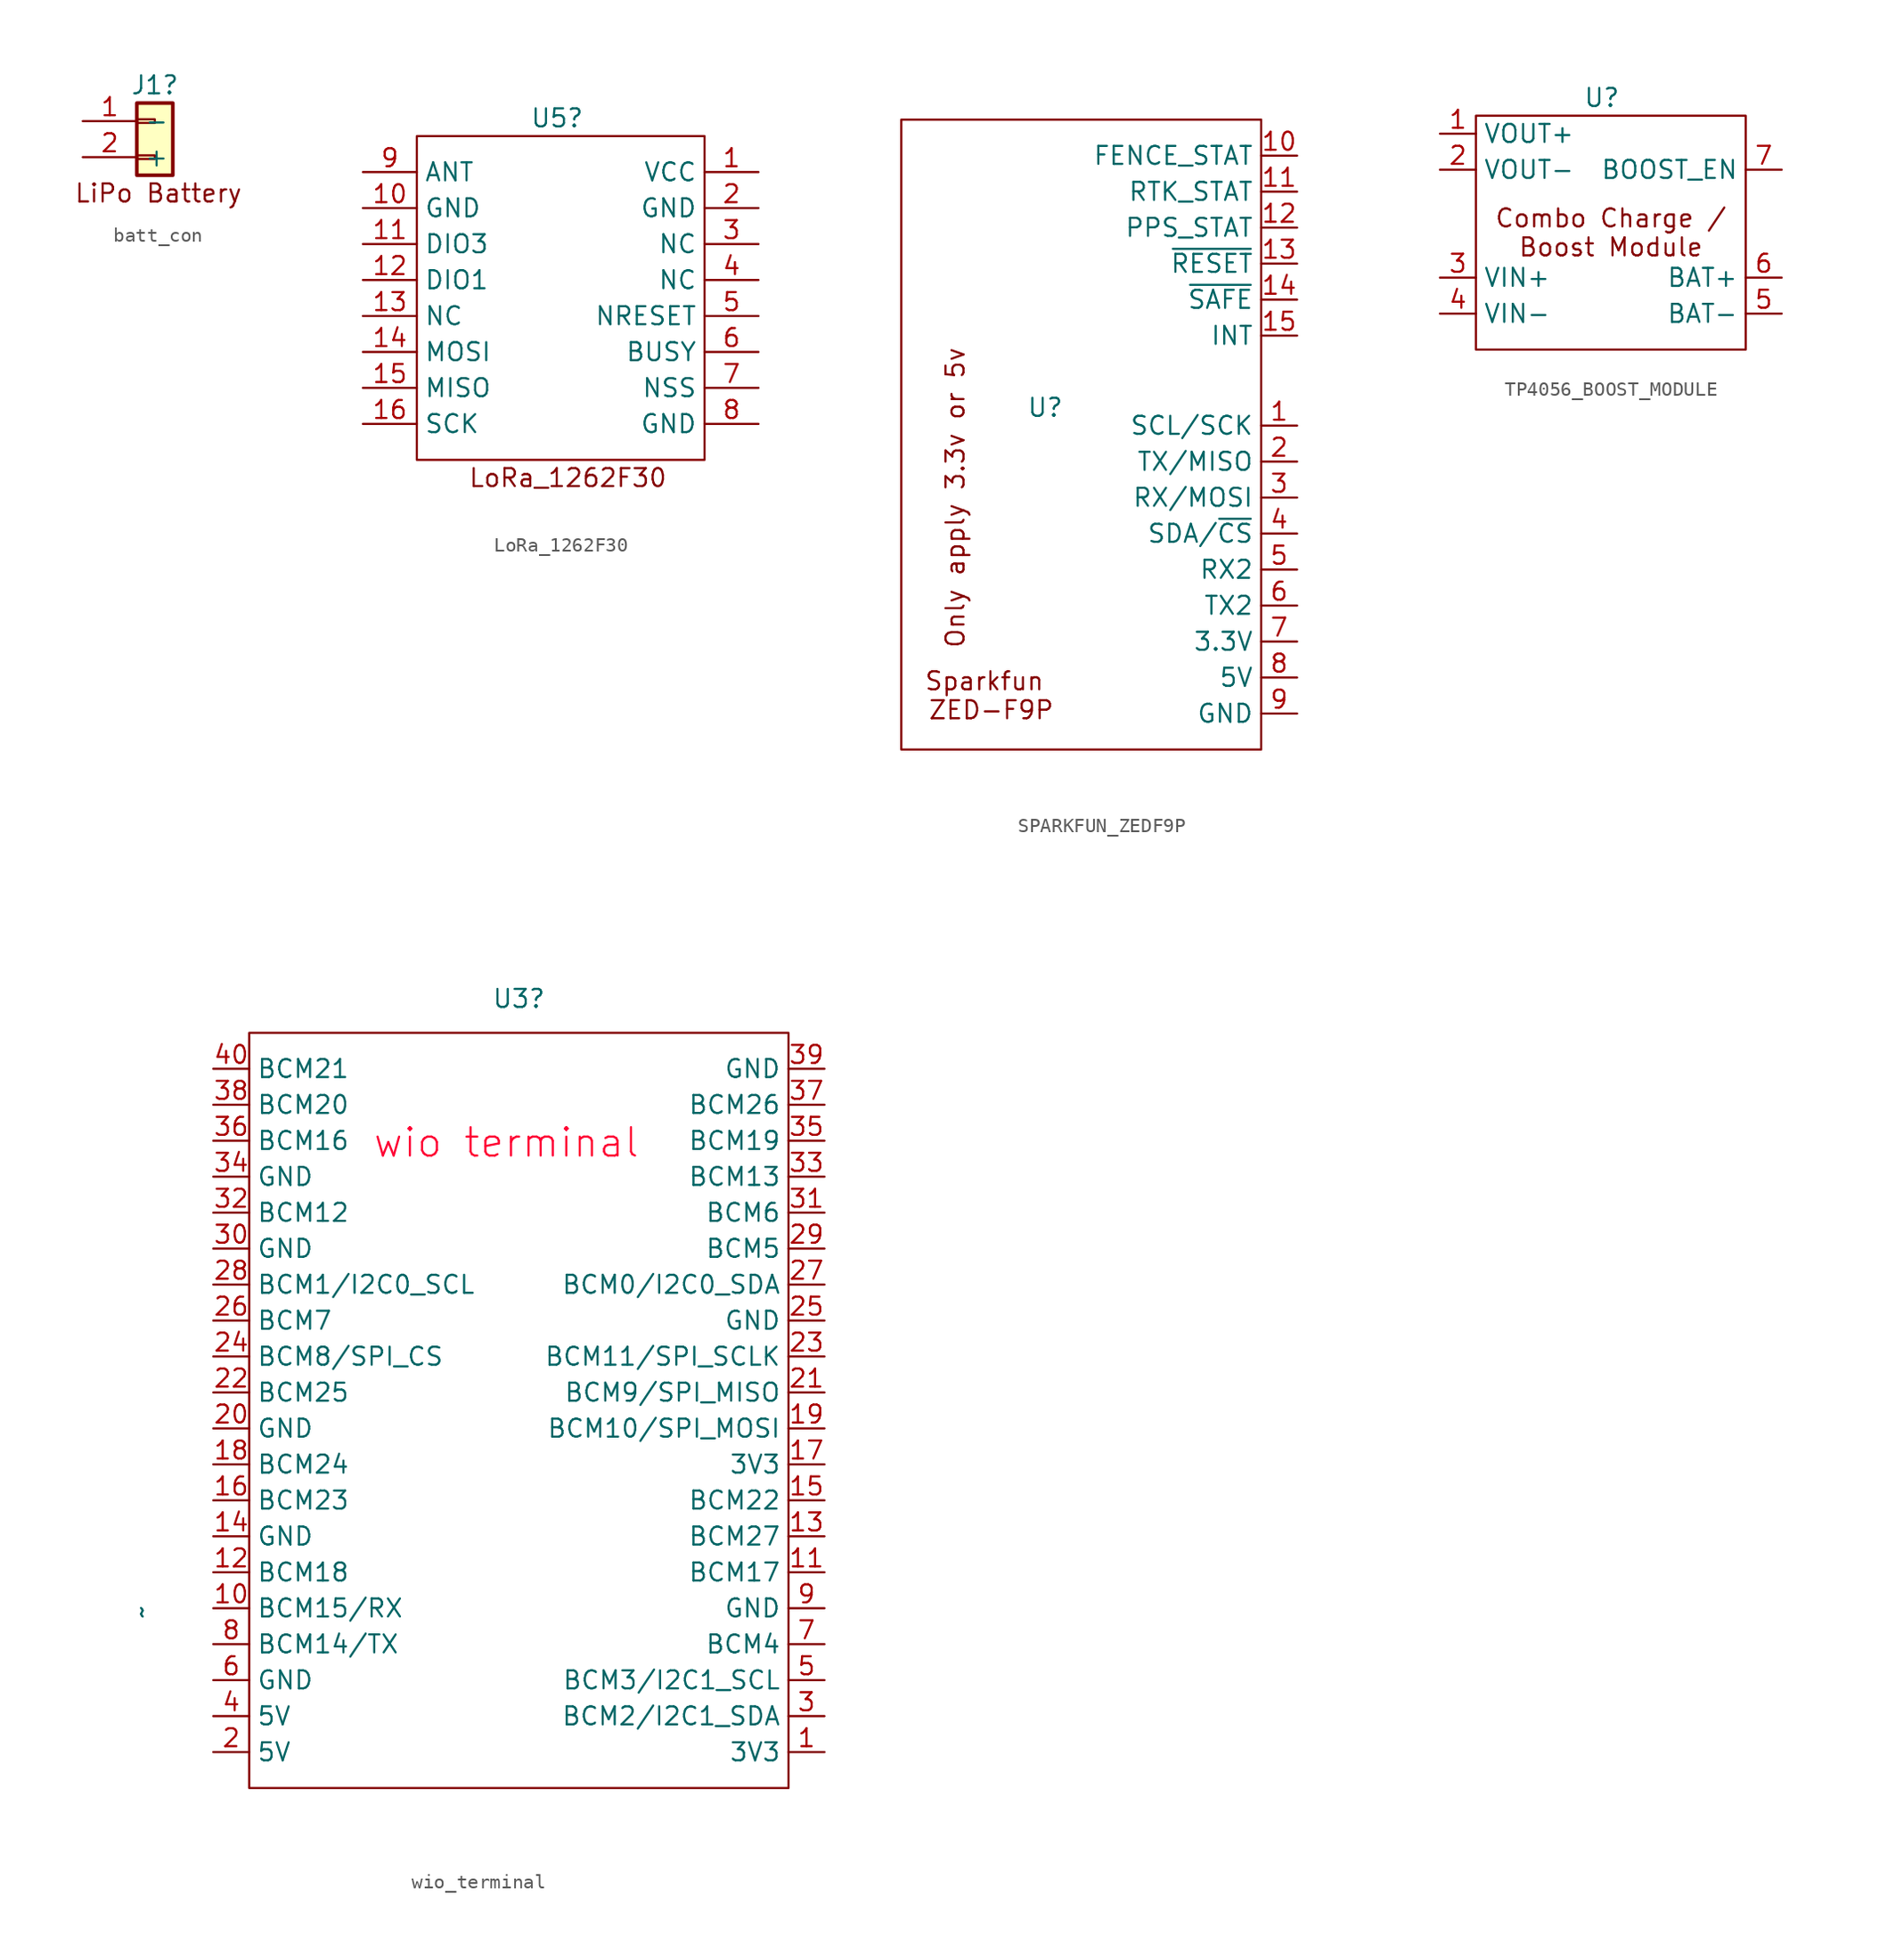
<source format=kicad_sym>
(kicad_symbol_lib
  (version 20220914)
  (generator kicad_symbol_editor)
  (symbol "batt_con"
    (property "Reference" "J1"
      (at 0 -0.762 0)
      (effects (font (size 1.27 1.27))))
    (property "Value" ""
      (at 0 0 0)
      (effects (font (size 1.27 1.27))))
    (symbol "batt_con_1_1"
      (rectangle (start -1.27 -5.715) (end 0 -5.969) (stroke (width 0.152) (type default)) (fill (type none)))
      (rectangle (start -1.27 -3.175) (end 0 -3.429) (stroke (width 0.152) (type default)) (fill (type none)))
      (rectangle (start -1.27 -2.032) (end 1.27 -7.112) (stroke (width 0.254) (type default)) (fill (type background)))
      (text "LiPo Battery" (at 0.254 -8.382 0) (effects (font (size 1.27 1.27))))
      (pin passive line (at -5.08 -3.302 0) (length 3.81) (name "-" (effects (font (size 1.27 1.27)))) (number "1" (effects (font (size 1.27 1.27)))))
      (pin passive line (at -5.08 -5.842 0) (length 3.81) (name "+" (effects (font (size 1.27 1.27)))) (number "2" (effects (font (size 1.27 1.27)))))))
  (symbol "LoRa_1262F30"
    (property "Reference" "U5"
      (at -2.794 -1.27 0)
      (effects (font (size 1.27 1.27))))
    (property "Value" ""
      (at 0 0 0)
      (effects (font (size 1.27 1.27))))
    (symbol "LoRa_1262F30_0_1"
      (rectangle (start -12.7 -2.54) (end 7.62 -25.4) (stroke (width 0) (type default)) (fill (type none))))
    (symbol "LoRa_1262F30_1_1"
      (text "LoRa_1262F30" (at -2.032 -26.67 0) (effects (font (size 1.27 1.27))))
      (pin passive line (at 11.43 -5.08 180) (length 3.81) (name "VCC" (effects (font (size 1.27 1.27)))) (number "1" (effects (font (size 1.27 1.27)))))
      (pin passive line (at -16.51 -7.62 0) (length 3.81) (name "GND" (effects (font (size 1.27 1.27)))) (number "10" (effects (font (size 1.27 1.27)))))
      (pin passive line (at -16.51 -10.16 0) (length 3.81) (name "DIO3" (effects (font (size 1.27 1.27)))) (number "11" (effects (font (size 1.27 1.27)))))
      (pin passive line (at -16.51 -12.7 0) (length 3.81) (name "DIO1" (effects (font (size 1.27 1.27)))) (number "12" (effects (font (size 1.27 1.27)))))
      (pin passive line (at -16.51 -15.24 0) (length 3.81) (name "NC" (effects (font (size 1.27 1.27)))) (number "13" (effects (font (size 1.27 1.27)))))
      (pin passive line (at -16.51 -17.78 0) (length 3.81) (name "MOSI" (effects (font (size 1.27 1.27)))) (number "14" (effects (font (size 1.27 1.27)))))
      (pin passive line (at -16.51 -20.32 0) (length 3.81) (name "MISO" (effects (font (size 1.27 1.27)))) (number "15" (effects (font (size 1.27 1.27)))))
      (pin passive line (at -16.51 -22.86 0) (length 3.81) (name "SCK" (effects (font (size 1.27 1.27)))) (number "16" (effects (font (size 1.27 1.27)))))
      (pin passive line (at 11.43 -7.62 180) (length 3.81) (name "GND" (effects (font (size 1.27 1.27)))) (number "2" (effects (font (size 1.27 1.27)))))
      (pin passive line (at 11.43 -10.16 180) (length 3.81) (name "NC" (effects (font (size 1.27 1.27)))) (number "3" (effects (font (size 1.27 1.27)))))
      (pin passive line (at 11.43 -12.7 180) (length 3.81) (name "NC" (effects (font (size 1.27 1.27)))) (number "4" (effects (font (size 1.27 1.27)))))
      (pin passive line (at 11.43 -15.24 180) (length 3.81) (name "NRESET" (effects (font (size 1.27 1.27)))) (number "5" (effects (font (size 1.27 1.27)))))
      (pin passive line (at 11.43 -17.78 180) (length 3.81) (name "BUSY" (effects (font (size 1.27 1.27)))) (number "6" (effects (font (size 1.27 1.27)))))
      (pin passive line (at 11.43 -20.32 180) (length 3.81) (name "NSS" (effects (font (size 1.27 1.27)))) (number "7" (effects (font (size 1.27 1.27)))))
      (pin passive line (at 11.43 -22.86 180) (length 3.81) (name "GND" (effects (font (size 1.27 1.27)))) (number "8" (effects (font (size 1.27 1.27)))))
      (pin passive line (at -16.51 -5.08 0) (length 3.81) (name "ANT" (effects (font (size 1.27 1.27)))) (number "9" (effects (font (size 1.27 1.27)))))))
  (symbol "SPARKFUN_ZEDF9P"
    (property "Reference" "U"
      (at 0 0 0)
      (effects (font (size 1.27 1.27))))
    (property "Value" ""
      (at 0 0 0)
      (effects (font (size 1.27 1.27))))
    (symbol "SPARKFUN_ZEDF9P_0_1"
      (rectangle (start -10.16 20.32) (end 15.24 -24.13) (stroke (width 0) (type default)) (fill (type none))))
    (symbol "SPARKFUN_ZEDF9P_1_1"
      (text "Only apply 3.3v or 5v" (at -6.35 -6.35 900) (effects (font (size 1.27 1.27))))
      (text "Sparkfun \nZED-F9P" (at -3.81 -20.32 0) (effects (font (size 1.27 1.27))))
      (pin input line (at 17.78 -1.27 180) (length 2.54) (name "SCL/SCK" (effects (font (size 1.27 1.27)))) (number "1" (effects (font (size 1.27 1.27)))))
      (pin input line (at 17.78 17.78 180) (length 2.54) (name "FENCE_STAT" (effects (font (size 1.27 1.27)))) (number "10" (effects (font (size 1.27 1.27)))))
      (pin input line (at 17.78 15.24 180) (length 2.54) (name "RTK_STAT" (effects (font (size 1.27 1.27)))) (number "11" (effects (font (size 1.27 1.27)))))
      (pin input line (at 17.78 12.7 180) (length 2.54) (name "PPS_STAT" (effects (font (size 1.27 1.27)))) (number "12" (effects (font (size 1.27 1.27)))))
      (pin input line (at 17.78 10.16 180) (length 2.54) (name "~{RESET}" (effects (font (size 1.27 1.27)))) (number "13" (effects (font (size 1.27 1.27)))))
      (pin input line (at 17.78 7.62 180) (length 2.54) (name "~{SAFE}" (effects (font (size 1.27 1.27)))) (number "14" (effects (font (size 1.27 1.27)))))
      (pin input line (at 17.78 5.08 180) (length 2.54) (name "INT" (effects (font (size 1.27 1.27)))) (number "15" (effects (font (size 1.27 1.27)))))
      (pin input line (at 17.78 -3.81 180) (length 2.54) (name "TX/MISO" (effects (font (size 1.27 1.27)))) (number "2" (effects (font (size 1.27 1.27)))))
      (pin input line (at 17.78 -6.35 180) (length 2.54) (name "RX/MOSI" (effects (font (size 1.27 1.27)))) (number "3" (effects (font (size 1.27 1.27)))))
      (pin input line (at 17.78 -8.89 180) (length 2.54) (name "SDA/~{CS}" (effects (font (size 1.27 1.27)))) (number "4" (effects (font (size 1.27 1.27)))))
      (pin input line (at 17.78 -11.43 180) (length 2.54) (name "RX2" (effects (font (size 1.27 1.27)))) (number "5" (effects (font (size 1.27 1.27)))))
      (pin input line (at 17.78 -13.97 180) (length 2.54) (name "TX2" (effects (font (size 1.27 1.27)))) (number "6" (effects (font (size 1.27 1.27)))))
      (pin input line (at 17.78 -16.51 180) (length 2.54) (name "3.3V" (effects (font (size 1.27 1.27)))) (number "7" (effects (font (size 1.27 1.27)))))
      (pin input line (at 17.78 -19.05 180) (length 2.54) (name "5V" (effects (font (size 1.27 1.27)))) (number "8" (effects (font (size 1.27 1.27)))))
      (pin input line (at 17.78 -21.59 180) (length 2.54) (name "GND" (effects (font (size 1.27 1.27)))) (number "9" (effects (font (size 1.27 1.27)))))))
  (symbol "TP4056_BOOST_MODULE"
    (property "Reference" "U"
      (at 0 10.16 0)
      (effects (font (size 1.27 1.27))))
    (property "Value" ""
      (at -3.81 -5.08 0)
      (effects (font (size 1.27 1.27))))
    (symbol "TP4056_BOOST_MODULE_0_0"
      (text_box "Combo Charge / Boost Module" (at -8.89 8.89 0) (size 19.05 -16.51) (stroke (width 0) (type default)) (fill (type none)) (effects (font (size 1.27 1.27)))))
    (symbol "TP4056_BOOST_MODULE_1_1"
      (pin input line (at -11.43 7.62 0) (length 2.54) (name "VOUT+" (effects (font (size 1.27 1.27)))) (number "1" (effects (font (size 1.27 1.27)))))
      (pin input line (at -11.43 5.08 0) (length 2.54) (name "VOUT-" (effects (font (size 1.27 1.27)))) (number "2" (effects (font (size 1.27 1.27)))))
      (pin input line (at -11.43 -2.54 0) (length 2.54) (name "VIN+" (effects (font (size 1.27 1.27)))) (number "3" (effects (font (size 1.27 1.27)))))
      (pin input line (at -11.43 -5.08 0) (length 2.54) (name "VIN-" (effects (font (size 1.27 1.27)))) (number "4" (effects (font (size 1.27 1.27)))))
      (pin input line (at 12.7 -5.08 180) (length 2.54) (name "BAT-" (effects (font (size 1.27 1.27)))) (number "5" (effects (font (size 1.27 1.27)))))
      (pin input line (at 12.7 -2.54 180) (length 2.54) (name "BAT+" (effects (font (size 1.27 1.27)))) (number "6" (effects (font (size 1.27 1.27)))))
      (pin input line (at 12.7 5.08 180) (length 2.54) (name "BOOST_EN" (effects (font (size 1.27 1.27)))) (number "7" (effects (font (size 1.27 1.27)))))))
  (symbol "wio_terminal"
    (property "Reference" "U3"
      (at 16.637 7.62 0)
      (effects (font (size 1.27 1.27))))
    (property "Value" "~"
      (at -10.033 -35.687 90)
      (effects (font (size 1.27 1.27))))
    (symbol "wio_terminal_0_1"
      (rectangle (start -2.413 -48.133) (end 35.687 5.207) (stroke (width 0) (type default)) (fill (type none))))
    (symbol "wio_terminal_1_1"
      (text "wio terminal " (at 16.51 -2.54 0) (effects (font (size 2 2) (color 255 0 50 1))))
      (pin power_out line (at 38.227 -45.593 180) (length 2.54) (name "3V3" (effects (font (size 1.27 1.27)))) (number "1" (effects (font (size 1.27 1.27)))))
      (pin input line (at -4.953 -35.433 0) (length 2.54) (name "BCM15/RX" (effects (font (size 1.27 1.27)))) (number "10" (effects (font (size 1.27 1.27)))))
      (pin bidirectional line (at 38.227 -32.893 180) (length 2.54) (name "BCM17" (effects (font (size 1.27 1.27)))) (number "11" (effects (font (size 1.27 1.27)))))
      (pin bidirectional line (at -4.953 -32.893 0) (length 2.54) (name "BCM18" (effects (font (size 1.27 1.27)))) (number "12" (effects (font (size 1.27 1.27)))))
      (pin bidirectional line (at 38.227 -30.353 180) (length 2.54) (name "BCM27" (effects (font (size 1.27 1.27)))) (number "13" (effects (font (size 1.27 1.27)))))
      (pin power_out line (at -4.953 -30.353 0) (length 2.54) (name "GND" (effects (font (size 1.27 1.27)))) (number "14" (effects (font (size 1.27 1.27)))))
      (pin bidirectional line (at 38.227 -27.813 180) (length 2.54) (name "BCM22" (effects (font (size 1.27 1.27)))) (number "15" (effects (font (size 1.27 1.27)))))
      (pin bidirectional line (at -4.953 -27.813 0) (length 2.54) (name "BCM23" (effects (font (size 1.27 1.27)))) (number "16" (effects (font (size 1.27 1.27)))))
      (pin power_out line (at 38.227 -25.273 180) (length 2.54) (name "3V3" (effects (font (size 1.27 1.27)))) (number "17" (effects (font (size 1.27 1.27)))))
      (pin bidirectional line (at -4.953 -25.273 0) (length 2.54) (name "BCM24" (effects (font (size 1.27 1.27)))) (number "18" (effects (font (size 1.27 1.27)))))
      (pin bidirectional line (at 38.227 -22.733 180) (length 2.54) (name "BCM10/SPI_MOSI" (effects (font (size 1.27 1.27)))) (number "19" (effects (font (size 1.27 1.27)))))
      (pin power_out line (at -4.953 -45.593 0) (length 2.54) (name "5V" (effects (font (size 1.27 1.27)))) (number "2" (effects (font (size 1.27 1.27)))))
      (pin power_out line (at -4.953 -22.733 0) (length 2.54) (name "GND" (effects (font (size 1.27 1.27)))) (number "20" (effects (font (size 1.27 1.27)))))
      (pin bidirectional line (at 38.227 -20.193 180) (length 2.54) (name "BCM9/SPI_MISO" (effects (font (size 1.27 1.27)))) (number "21" (effects (font (size 1.27 1.27)))))
      (pin bidirectional line (at -4.953 -20.193 0) (length 2.54) (name "BCM25" (effects (font (size 1.27 1.27)))) (number "22" (effects (font (size 1.27 1.27)))))
      (pin bidirectional line (at 38.227 -17.653 180) (length 2.54) (name "BCM11/SPI_SCLK" (effects (font (size 1.27 1.27)))) (number "23" (effects (font (size 1.27 1.27)))))
      (pin bidirectional line (at -4.953 -17.653 0) (length 2.54) (name "BCM8/SPI_CS" (effects (font (size 1.27 1.27)))) (number "24" (effects (font (size 1.27 1.27)))))
      (pin power_out line (at 38.227 -15.113 180) (length 2.54) (name "GND" (effects (font (size 1.27 1.27)))) (number "25" (effects (font (size 1.27 1.27)))))
      (pin bidirectional line (at -4.953 -15.113 0) (length 2.54) (name "BCM7" (effects (font (size 1.27 1.27)))) (number "26" (effects (font (size 1.27 1.27)))))
      (pin bidirectional line (at 38.227 -12.573 180) (length 2.54) (name "BCM0/I2C0_SDA" (effects (font (size 1.27 1.27)))) (number "27" (effects (font (size 1.27 1.27)))))
      (pin bidirectional line (at -4.953 -12.573 0) (length 2.54) (name "BCM1/I2C0_SCL" (effects (font (size 1.27 1.27)))) (number "28" (effects (font (size 1.27 1.27)))))
      (pin bidirectional line (at 38.227 -10.033 180) (length 2.54) (name "BCM5" (effects (font (size 1.27 1.27)))) (number "29" (effects (font (size 1.27 1.27)))))
      (pin bidirectional line (at 38.227 -43.053 180) (length 2.54) (name "BCM2/I2C1_SDA" (effects (font (size 1.27 1.27)))) (number "3" (effects (font (size 1.27 1.27)))))
      (pin power_out line (at -4.953 -10.033 0) (length 2.54) (name "GND" (effects (font (size 1.27 1.27)))) (number "30" (effects (font (size 1.27 1.27)))))
      (pin bidirectional line (at 38.227 -7.493 180) (length 2.54) (name "BCM6" (effects (font (size 1.27 1.27)))) (number "31" (effects (font (size 1.27 1.27)))))
      (pin bidirectional line (at -4.953 -7.493 0) (length 2.54) (name "BCM12" (effects (font (size 1.27 1.27)))) (number "32" (effects (font (size 1.27 1.27)))))
      (pin bidirectional line (at 38.227 -4.953 180) (length 2.54) (name "BCM13" (effects (font (size 1.27 1.27)))) (number "33" (effects (font (size 1.27 1.27)))))
      (pin power_out line (at -4.953 -4.953 0) (length 2.54) (name "GND" (effects (font (size 1.27 1.27)))) (number "34" (effects (font (size 1.27 1.27)))))
      (pin bidirectional line (at 38.227 -2.413 180) (length 2.54) (name "BCM19" (effects (font (size 1.27 1.27)))) (number "35" (effects (font (size 1.27 1.27)))))
      (pin bidirectional line (at -4.953 -2.413 0) (length 2.54) (name "BCM16" (effects (font (size 1.27 1.27)))) (number "36" (effects (font (size 1.27 1.27)))))
      (pin bidirectional line (at 38.227 0.127 180) (length 2.54) (name "BCM26" (effects (font (size 1.27 1.27)))) (number "37" (effects (font (size 1.27 1.27)))))
      (pin bidirectional line (at -4.953 0.127 0) (length 2.54) (name "BCM20" (effects (font (size 1.27 1.27)))) (number "38" (effects (font (size 1.27 1.27)))))
      (pin power_out line (at 38.227 2.667 180) (length 2.54) (name "GND" (effects (font (size 1.27 1.27)))) (number "39" (effects (font (size 1.27 1.27)))))
      (pin power_out line (at -4.953 -43.053 0) (length 2.54) (name "5V" (effects (font (size 1.27 1.27)))) (number "4" (effects (font (size 1.27 1.27)))))
      (pin bidirectional line (at -4.953 2.667 0) (length 2.54) (name "BCM21" (effects (font (size 1.27 1.27)))) (number "40" (effects (font (size 1.27 1.27)))))
      (pin bidirectional line (at 38.227 -40.513 180) (length 2.54) (name "BCM3/I2C1_SCL" (effects (font (size 1.27 1.27)))) (number "5" (effects (font (size 1.27 1.27)))))
      (pin power_out line (at -4.953 -40.513 0) (length 2.54) (name "GND" (effects (font (size 1.27 1.27)))) (number "6" (effects (font (size 1.27 1.27)))))
      (pin bidirectional line (at 38.227 -37.973 180) (length 2.54) (name "BCM4" (effects (font (size 1.27 1.27)))) (number "7" (effects (font (size 1.27 1.27)))))
      (pin output line (at -4.953 -37.973 0) (length 2.54) (name "BCM14/TX" (effects (font (size 1.27 1.27)))) (number "8" (effects (font (size 1.27 1.27)))))
      (pin power_out line (at 38.227 -35.433 180) (length 2.54) (name "GND" (effects (font (size 1.27 1.27)))) (number "9" (effects (font (size 1.27 1.27))))))))
</source>
